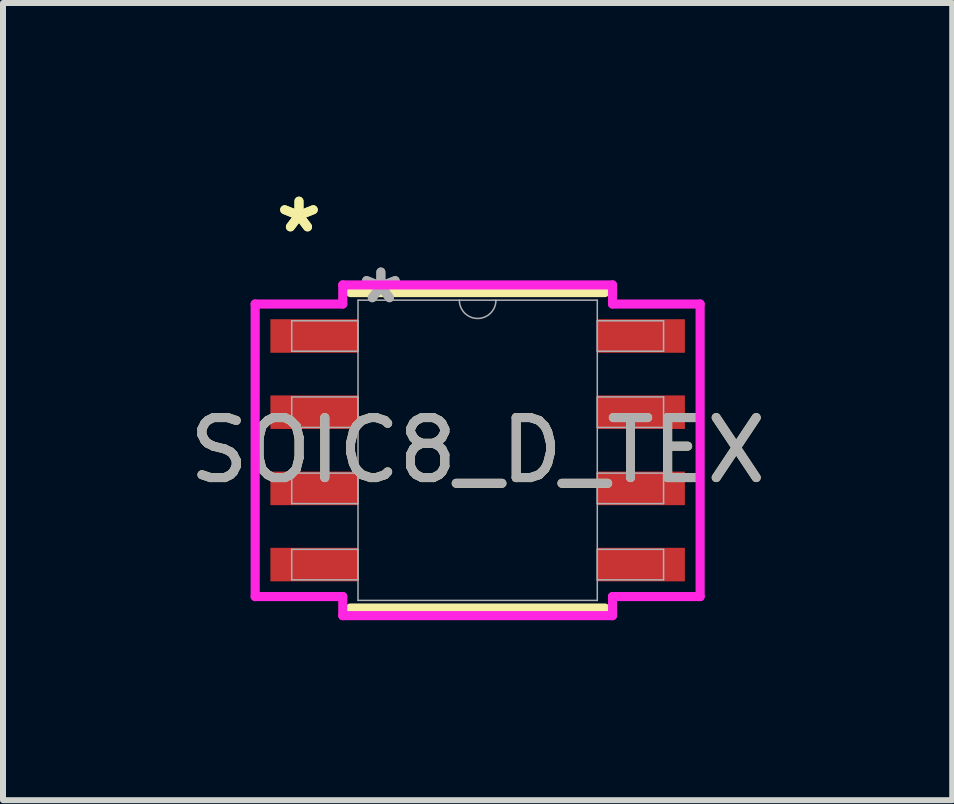
<source format=kicad_pcb>
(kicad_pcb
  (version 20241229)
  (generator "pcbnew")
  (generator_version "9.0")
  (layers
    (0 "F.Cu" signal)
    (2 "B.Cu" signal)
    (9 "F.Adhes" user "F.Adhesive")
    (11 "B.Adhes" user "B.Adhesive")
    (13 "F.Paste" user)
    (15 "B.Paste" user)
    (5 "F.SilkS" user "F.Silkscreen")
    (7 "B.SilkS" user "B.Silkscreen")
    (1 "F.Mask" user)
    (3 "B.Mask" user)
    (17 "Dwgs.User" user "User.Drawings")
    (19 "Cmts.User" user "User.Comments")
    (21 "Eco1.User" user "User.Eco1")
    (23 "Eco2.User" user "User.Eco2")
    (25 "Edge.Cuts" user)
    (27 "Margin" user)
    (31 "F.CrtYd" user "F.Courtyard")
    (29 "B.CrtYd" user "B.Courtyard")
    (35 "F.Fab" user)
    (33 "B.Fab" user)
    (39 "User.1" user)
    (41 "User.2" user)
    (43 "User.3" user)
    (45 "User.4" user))
  (footprint "SOIC8_D_TEX"
    (layer "F.Cu")
    (at 4.911 4.455)
    (property "Reference" "SOIC8_D_TEX" (at 0 0 0) (unlocked yes) (layer "F.SilkS") (effects (font (size 1 1) (thickness 0.15))))
    (attr smd)
    (fp_line (start -2.121 2.629) (end 2.121 2.629) (stroke (width 0.152) (type solid)) (layer "F.SilkS"))
    (fp_line (start 2.121 -2.629) (end -2.121 -2.629) (stroke (width 0.152) (type solid)) (layer "F.SilkS"))
    (fp_line (start -3.708 -2.438) (end -2.248 -2.438) (stroke (width 0.152) (type solid)) (layer "F.CrtYd"))
    (fp_line (start -3.708 2.438) (end -3.708 -2.438) (stroke (width 0.152) (type solid)) (layer "F.CrtYd"))
    (fp_line (start -3.708 2.438) (end -2.248 2.438) (stroke (width 0.152) (type solid)) (layer "F.CrtYd"))
    (fp_line (start -2.248 -2.756) (end 2.248 -2.756) (stroke (width 0.152) (type solid)) (layer "F.CrtYd"))
    (fp_line (start -2.248 -2.438) (end -2.248 -2.756) (stroke (width 0.152) (type solid)) (layer "F.CrtYd"))
    (fp_line (start -2.248 2.756) (end -2.248 2.438) (stroke (width 0.152) (type solid)) (layer "F.CrtYd"))
    (fp_line (start 2.248 -2.756) (end 2.248 -2.438) (stroke (width 0.152) (type solid)) (layer "F.CrtYd"))
    (fp_line (start 2.248 2.438) (end 2.248 2.756) (stroke (width 0.152) (type solid)) (layer "F.CrtYd"))
    (fp_line (start 2.248 2.756) (end -2.248 2.756) (stroke (width 0.152) (type solid)) (layer "F.CrtYd"))
    (fp_line (start 3.708 -2.438) (end 2.248 -2.438) (stroke (width 0.152) (type solid)) (layer "F.CrtYd"))
    (fp_line (start 3.708 -2.438) (end 3.708 2.438) (stroke (width 0.152) (type solid)) (layer "F.CrtYd"))
    (fp_line (start 3.708 2.438) (end 2.248 2.438) (stroke (width 0.152) (type solid)) (layer "F.CrtYd"))
    (fp_line (start -3.099 -2.159) (end -3.099 -1.651) (stroke (width 0.025) (type solid)) (layer "F.Fab"))
    (fp_line (start -3.099 -1.651) (end -1.994 -1.651) (stroke (width 0.025) (type solid)) (layer "F.Fab"))
    (fp_line (start -3.099 -0.889) (end -3.099 -0.381) (stroke (width 0.025) (type solid)) (layer "F.Fab"))
    (fp_line (start -3.099 -0.381) (end -1.994 -0.381) (stroke (width 0.025) (type solid)) (layer "F.Fab"))
    (fp_line (start -3.099 0.381) (end -3.099 0.889) (stroke (width 0.025) (type solid)) (layer "F.Fab"))
    (fp_line (start -3.099 0.889) (end -1.994 0.889) (stroke (width 0.025) (type solid)) (layer "F.Fab"))
    (fp_line (start -3.099 1.651) (end -3.099 2.159) (stroke (width 0.025) (type solid)) (layer "F.Fab"))
    (fp_line (start -3.099 2.159) (end -1.994 2.159) (stroke (width 0.025) (type solid)) (layer "F.Fab"))
    (fp_line (start -1.994 -2.502) (end -1.994 2.502) (stroke (width 0.025) (type solid)) (layer "F.Fab"))
    (fp_line (start -1.994 -2.159) (end -3.099 -2.159) (stroke (width 0.025) (type solid)) (layer "F.Fab"))
    (fp_line (start -1.994 -1.651) (end -1.994 -2.159) (stroke (width 0.025) (type solid)) (layer "F.Fab"))
    (fp_line (start -1.994 -0.889) (end -3.099 -0.889) (stroke (width 0.025) (type solid)) (layer "F.Fab"))
    (fp_line (start -1.994 -0.381) (end -1.994 -0.889) (stroke (width 0.025) (type solid)) (layer "F.Fab"))
    (fp_line (start -1.994 0.381) (end -3.099 0.381) (stroke (width 0.025) (type solid)) (layer "F.Fab"))
    (fp_line (start -1.994 0.889) (end -1.994 0.381) (stroke (width 0.025) (type solid)) (layer "F.Fab"))
    (fp_line (start -1.994 1.651) (end -3.099 1.651) (stroke (width 0.025) (type solid)) (layer "F.Fab"))
    (fp_line (start -1.994 2.159) (end -1.994 1.651) (stroke (width 0.025) (type solid)) (layer "F.Fab"))
    (fp_line (start -1.994 2.502) (end 1.994 2.502) (stroke (width 0.025) (type solid)) (layer "F.Fab"))
    (fp_line (start 1.994 -2.502) (end -1.994 -2.502) (stroke (width 0.025) (type solid)) (layer "F.Fab"))
    (fp_line (start 1.994 -2.159) (end 1.994 -1.651) (stroke (width 0.025) (type solid)) (layer "F.Fab"))
    (fp_line (start 1.994 -1.651) (end 3.099 -1.651) (stroke (width 0.025) (type solid)) (layer "F.Fab"))
    (fp_line (start 1.994 -0.889) (end 1.994 -0.381) (stroke (width 0.025) (type solid)) (layer "F.Fab"))
    (fp_line (start 1.994 -0.381) (end 3.099 -0.381) (stroke (width 0.025) (type solid)) (layer "F.Fab"))
    (fp_line (start 1.994 0.381) (end 1.994 0.889) (stroke (width 0.025) (type solid)) (layer "F.Fab"))
    (fp_line (start 1.994 0.889) (end 3.099 0.889) (stroke (width 0.025) (type solid)) (layer "F.Fab"))
    (fp_line (start 1.994 1.651) (end 1.994 2.159) (stroke (width 0.025) (type solid)) (layer "F.Fab"))
    (fp_line (start 1.994 2.159) (end 3.099 2.159) (stroke (width 0.025) (type solid)) (layer "F.Fab"))
    (fp_line (start 1.994 2.502) (end 1.994 -2.502) (stroke (width 0.025) (type solid)) (layer "F.Fab"))
    (fp_line (start 3.099 -2.159) (end 1.994 -2.159) (stroke (width 0.025) (type solid)) (layer "F.Fab"))
    (fp_line (start 3.099 -1.651) (end 3.099 -2.159) (stroke (width 0.025) (type solid)) (layer "F.Fab"))
    (fp_line (start 3.099 -0.889) (end 1.994 -0.889) (stroke (width 0.025) (type solid)) (layer "F.Fab"))
    (fp_line (start 3.099 -0.381) (end 3.099 -0.889) (stroke (width 0.025) (type solid)) (layer "F.Fab"))
    (fp_line (start 3.099 0.381) (end 1.994 0.381) (stroke (width 0.025) (type solid)) (layer "F.Fab"))
    (fp_line (start 3.099 0.889) (end 3.099 0.381) (stroke (width 0.025) (type solid)) (layer "F.Fab"))
    (fp_line (start 3.099 1.651) (end 1.994 1.651) (stroke (width 0.025) (type solid)) (layer "F.Fab"))
    (fp_line (start 3.099 2.159) (end 3.099 1.651) (stroke (width 0.025) (type solid)) (layer "F.Fab"))
    (fp_arc (start 0.3048 -2.5019) (mid 0 -2.1971) (end -0.3048 -2.5019) (stroke (width 0.0254) (type solid)) (layer "F.Fab"))
    (fp_text user "*" (at -2.978 -3.607 0) (unlocked yes) (layer "F.SilkS") (effects (font (size 1 1) (thickness 0.15))))
    (fp_text user "*" (at -2.978 -3.607 0) (layer "F.SilkS") (effects (font (size 1 1) (thickness 0.15))))
    (fp_text user "${REFERENCE}" (at 0 0 0) (unlocked yes) (layer "F.Fab") (effects (font (size 1 1) (thickness 0.15))))
    (fp_text user "*" (at -1.613 -2.426 0) (layer "F.Fab") (effects (font (size 1 1) (thickness 0.15))))
    (fp_text user "*" (at -1.613 -2.426 0) (unlocked yes) (layer "F.Fab") (effects (font (size 1 1) (thickness 0.15))))
    (pad "1" smd rect (at -2.724 -1.905) (size 1.46 0.559) (layers "F.Cu" "F.Mask" "F.Paste"))
    (pad "2" smd rect (at -2.724 -0.635) (size 1.46 0.559) (layers "F.Cu" "F.Mask" "F.Paste"))
    (pad "3" smd rect (at -2.724 0.635) (size 1.46 0.559) (layers "F.Cu" "F.Mask" "F.Paste"))
    (pad "4" smd rect (at -2.724 1.905) (size 1.46 0.559) (layers "F.Cu" "F.Mask" "F.Paste"))
    (pad "5" smd rect (at 2.724 1.905) (size 1.46 0.559) (layers "F.Cu" "F.Mask" "F.Paste"))
    (pad "6" smd rect (at 2.724 0.635) (size 1.46 0.559) (layers "F.Cu" "F.Mask" "F.Paste"))
    (pad "7" smd rect (at 2.724 -0.635) (size 1.46 0.559) (layers "F.Cu" "F.Mask" "F.Paste"))
    (pad "8" smd rect (at 2.724 -1.905) (size 1.46 0.559) (layers "F.Cu" "F.Mask" "F.Paste")))
  (gr_rect
    (start -3 -3)
    (end 12.821 10.287)
    (stroke (width 0.1) (type default))
    (fill no)
    (layer "Edge.Cuts")))
</source>
